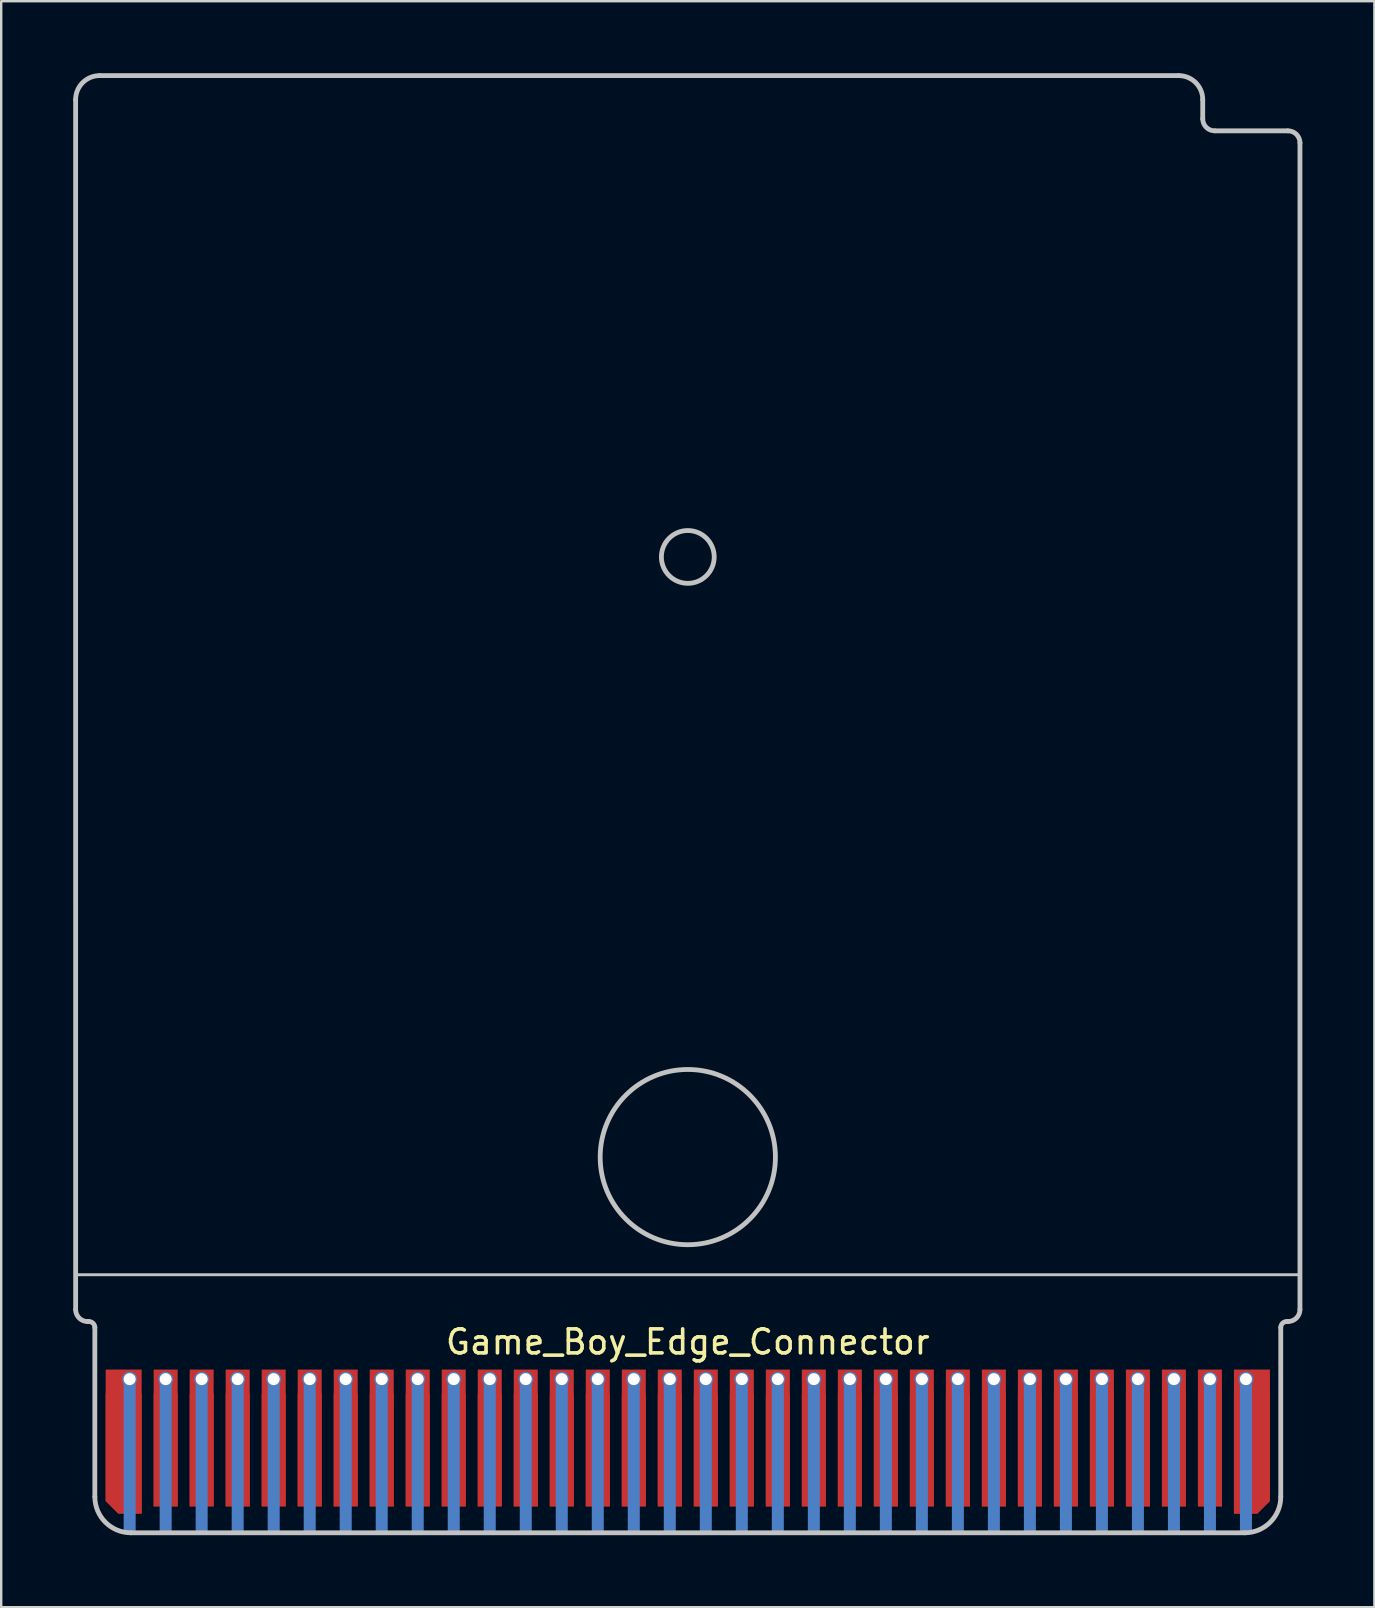
<source format=kicad_pcb>
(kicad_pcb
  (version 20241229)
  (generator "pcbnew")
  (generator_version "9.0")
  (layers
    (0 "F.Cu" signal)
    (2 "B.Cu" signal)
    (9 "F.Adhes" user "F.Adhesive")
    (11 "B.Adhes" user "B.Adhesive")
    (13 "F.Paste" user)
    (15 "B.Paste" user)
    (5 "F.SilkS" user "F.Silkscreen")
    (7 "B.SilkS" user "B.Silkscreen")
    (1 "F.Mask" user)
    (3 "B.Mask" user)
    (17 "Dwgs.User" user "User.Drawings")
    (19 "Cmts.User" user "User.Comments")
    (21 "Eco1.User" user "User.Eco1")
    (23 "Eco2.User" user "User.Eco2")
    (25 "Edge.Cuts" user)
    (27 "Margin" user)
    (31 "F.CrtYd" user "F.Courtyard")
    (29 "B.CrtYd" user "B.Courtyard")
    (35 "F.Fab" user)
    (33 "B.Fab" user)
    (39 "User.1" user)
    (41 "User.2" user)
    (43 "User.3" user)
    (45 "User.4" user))
  (footprint "Game_Boy_Edge_Connector"
    (layer "F.Cu")
    (at 25.601 56.85)
    (property "Reference" "Game_Boy_Edge_Connector" (at 0 -4 0) (unlocked yes) (layer "F.SilkS") (effects (font (size 1 1) (thickness 0.15))))
    (attr smd)
    (fp_rect (start -24.7 -1.85) (end 24.7 3.95) (stroke (width 0) (type solid)) (fill yes) (layer "F.Mask"))
    (fp_rect (start -24.7 3.95) (end -23.8 -1.85) (stroke (width 0.01) (type solid)) (fill yes) (layer "B.Mask"))
    (fp_rect (start -22.7 3.95) (end -22.3 -1.85) (stroke (width 0.01) (type solid)) (fill yes) (layer "B.Mask"))
    (fp_rect (start -21.2 3.95) (end -20.8 -1.85) (stroke (width 0.01) (type solid)) (fill yes) (layer "B.Mask"))
    (fp_rect (start -19.7 3.95) (end -19.3 -1.85) (stroke (width 0.01) (type solid)) (fill yes) (layer "B.Mask"))
    (fp_rect (start -18.2 3.95) (end -17.8 -1.85) (stroke (width 0.01) (type solid)) (fill yes) (layer "B.Mask"))
    (fp_rect (start -16.7 3.95) (end -16.3 -1.85) (stroke (width 0.01) (type solid)) (fill yes) (layer "B.Mask"))
    (fp_rect (start -15.2 3.95) (end -14.8 -1.85) (stroke (width 0.01) (type solid)) (fill yes) (layer "B.Mask"))
    (fp_rect (start -13.7 3.95) (end -13.3 -1.85) (stroke (width 0.01) (type solid)) (fill yes) (layer "B.Mask"))
    (fp_rect (start -12.2 3.95) (end -11.8 -1.85) (stroke (width 0.01) (type solid)) (fill yes) (layer "B.Mask"))
    (fp_rect (start -10.7 3.95) (end -10.3 -1.85) (stroke (width 0.01) (type solid)) (fill yes) (layer "B.Mask"))
    (fp_rect (start -9.2 3.95) (end -8.8 -1.85) (stroke (width 0.01) (type solid)) (fill yes) (layer "B.Mask"))
    (fp_rect (start -7.7 3.95) (end -7.3 -1.85) (stroke (width 0.01) (type solid)) (fill yes) (layer "B.Mask"))
    (fp_rect (start -6.2 3.95) (end -5.8 -1.85) (stroke (width 0.01) (type solid)) (fill yes) (layer "B.Mask"))
    (fp_rect (start -4.7 3.95) (end -4.3 -1.85) (stroke (width 0.01) (type solid)) (fill yes) (layer "B.Mask"))
    (fp_rect (start -3.2 3.95) (end -2.8 -1.85) (stroke (width 0.01) (type solid)) (fill yes) (layer "B.Mask"))
    (fp_rect (start -1.7 3.95) (end -1.3 -1.85) (stroke (width 0.01) (type solid)) (fill yes) (layer "B.Mask"))
    (fp_rect (start -0.2 3.95) (end 0.2 -1.85) (stroke (width 0.01) (type solid)) (fill yes) (layer "B.Mask"))
    (fp_rect (start 1.3 3.95) (end 1.7 -1.85) (stroke (width 0.01) (type solid)) (fill yes) (layer "B.Mask"))
    (fp_rect (start 2.8 3.95) (end 3.2 -1.85) (stroke (width 0.01) (type solid)) (fill yes) (layer "B.Mask"))
    (fp_rect (start 4.3 3.95) (end 4.7 -1.85) (stroke (width 0.01) (type solid)) (fill yes) (layer "B.Mask"))
    (fp_rect (start 5.8 3.95) (end 6.2 -1.85) (stroke (width 0.01) (type solid)) (fill yes) (layer "B.Mask"))
    (fp_rect (start 7.3 3.95) (end 7.7 -1.85) (stroke (width 0.01) (type solid)) (fill yes) (layer "B.Mask"))
    (fp_rect (start 8.8 3.95) (end 9.2 -1.85) (stroke (width 0.01) (type solid)) (fill yes) (layer "B.Mask"))
    (fp_rect (start 10.3 3.95) (end 10.7 -1.85) (stroke (width 0.01) (type solid)) (fill yes) (layer "B.Mask"))
    (fp_rect (start 11.8 3.95) (end 12.2 -1.85) (stroke (width 0.01) (type solid)) (fill yes) (layer "B.Mask"))
    (fp_rect (start 13.3 3.95) (end 13.7 -1.85) (stroke (width 0.01) (type solid)) (fill yes) (layer "B.Mask"))
    (fp_rect (start 14.8 3.95) (end 15.2 -1.85) (stroke (width 0.01) (type solid)) (fill yes) (layer "B.Mask"))
    (fp_rect (start 16.3 3.95) (end 16.7 -1.85) (stroke (width 0.01) (type solid)) (fill yes) (layer "B.Mask"))
    (fp_rect (start 17.8 3.95) (end 18.2 -1.85) (stroke (width 0.01) (type solid)) (fill yes) (layer "B.Mask"))
    (fp_rect (start 19.3 3.95) (end 19.7 -1.85) (stroke (width 0.01) (type solid)) (fill yes) (layer "B.Mask"))
    (fp_rect (start 20.8 3.95) (end 21.2 -1.85) (stroke (width 0.01) (type solid)) (fill yes) (layer "B.Mask"))
    (fp_rect (start 22.3 3.95) (end 22.7 -1.85) (stroke (width 0.01) (type solid)) (fill yes) (layer "B.Mask"))
    (fp_rect (start 24.7 3.95) (end 23.8 -1.85) (stroke (width 0.01) (type solid)) (fill yes) (layer "B.Mask"))
    (fp_line (start -25.501 -55.75) (end -25.5 -5.35) (stroke (width 0.2) (type solid)) (layer "Dwgs.User"))
    (fp_line (start -25.5 -6.8) (end 25.5 -6.8) (stroke (width 0.12) (type solid)) (layer "Dwgs.User"))
    (fp_line (start -24.95 -4.85) (end -25 -4.85) (stroke (width 0.2) (type solid)) (layer "Dwgs.User"))
    (fp_line (start -24.7 2.45) (end -24.7 -4.6) (stroke (width 0.2) (type solid)) (layer "Dwgs.User"))
    (fp_line (start -23.2 3.95) (end 23.2 3.95) (stroke (width 0.2) (type solid)) (layer "Dwgs.User"))
    (fp_line (start 20.45 -56.75) (end -24.501 -56.75) (stroke (width 0.2) (type solid)) (layer "Dwgs.User"))
    (fp_line (start 21.45 -55.75) (end 21.45 -54.95) (stroke (width 0.2) (type solid)) (layer "Dwgs.User"))
    (fp_line (start 24.7 2.45) (end 24.7 -4.6) (stroke (width 0.2) (type solid)) (layer "Dwgs.User"))
    (fp_line (start 25 -54.45) (end 21.95 -54.45) (stroke (width 0.2) (type solid)) (layer "Dwgs.User"))
    (fp_line (start 25 -4.85) (end 24.95 -4.85) (stroke (width 0.2) (type solid)) (layer "Dwgs.User"))
    (fp_line (start 25.5 -5.35) (end 25.5 -53.95) (stroke (width 0.2) (type solid)) (layer "Dwgs.User"))
    (fp_arc (start -25.501 -55.75) (mid -25.208107 -56.457107) (end -24.501 -56.75) (stroke (width 0.2) (type solid)) (layer "Dwgs.User"))
    (fp_arc (start -25 -4.85) (mid -25.353553 -4.996447) (end -25.5 -5.35) (stroke (width 0.2) (type solid)) (layer "Dwgs.User"))
    (fp_arc (start -24.95 -4.85) (mid -24.773223 -4.776777) (end -24.7 -4.6) (stroke (width 0.2) (type solid)) (layer "Dwgs.User"))
    (fp_arc (start -23.199561 3.949559) (mid -24.260349 3.510529) (end -24.699998 2.449998) (stroke (width 0.2) (type solid)) (layer "Dwgs.User"))
    (fp_arc (start 20.45 -56.75) (mid 21.157107 -56.457107) (end 21.45 -55.75) (stroke (width 0.2) (type solid)) (layer "Dwgs.User"))
    (fp_arc (start 21.95 -54.45) (mid 21.596447 -54.596447) (end 21.45 -54.95) (stroke (width 0.2) (type solid)) (layer "Dwgs.User"))
    (fp_arc (start 24.7 -4.6) (mid 24.773223 -4.776777) (end 24.95 -4.85) (stroke (width 0.2) (type solid)) (layer "Dwgs.User"))
    (fp_arc (start 24.700002 2.449998) (mid 24.260972 3.510786) (end 23.200441 3.950435) (stroke (width 0.2) (type solid)) (layer "Dwgs.User"))
    (fp_arc (start 25 -54.45) (mid 25.353553 -54.303553) (end 25.5 -53.95) (stroke (width 0.2) (type solid)) (layer "Dwgs.User"))
    (fp_arc (start 25.5 -5.35) (mid 25.353553 -4.996447) (end 25 -4.85) (stroke (width 0.2) (type solid)) (layer "Dwgs.User"))
    (fp_circle (center 0 -36.7) (end 1.1 -36.7) (stroke (width 0.2) (type solid)) (fill no) (layer "Dwgs.User"))
    (fp_circle (center 0 -11.7) (end 3.65 -11.7) (stroke (width 0.2) (type solid)) (fill no) (layer "Dwgs.User"))
    (pad "1" smd roundrect (at -23.5 0.15) (size 1.5 6) (layers "F.Cu" "F.Paste") (roundrect_rratio 0) (chamfer_ratio 0.35) (chamfer bottom_left))
    (pad "1" smd roundrect (at -23.5 0.65) (size 1.5 5) (layers "F.Cu" "F.Mask") (roundrect_rratio 0) (chamfer_ratio 0.35) (chamfer bottom_left))
    (pad "1" thru_hole circle (at -23.25 -2.45 180) (size 0.55 0.55) (drill 0.5) (layers "*.Cu" "*.Mask"))
    (pad "1" smd circle (at -23.25 -2.45) (size 0.62 0.62) (layers "B.Cu" "B.Paste"))
    (pad "1" smd rect (at -23.25 0.75) (size 0.5 6.4) (layers "B.Cu" "B.Paste"))
    (pad "2" thru_hole circle (at -21.75 -2.45 180) (size 0.55 0.55) (drill 0.5) (layers "*.Cu" "*.Mask"))
    (pad "2" smd circle (at -21.75 -2.45) (size 0.62 0.62) (layers "B.Cu" "B.Paste"))
    (pad "2" smd rect (at -21.75 0 180) (size 1 5.7) (layers "F.Cu" "F.Paste"))
    (pad "2" smd rect (at -21.75 0.5 180) (size 1 4.7) (layers "F.Cu" "F.Mask"))
    (pad "2" smd rect (at -21.75 0.75) (size 0.5 6.4) (layers "B.Cu" "B.Paste"))
    (pad "3" thru_hole circle (at -20.25 -2.45 180) (size 0.55 0.55) (drill 0.5) (layers "*.Cu" "*.Mask"))
    (pad "3" smd circle (at -20.25 -2.45) (size 0.62 0.62) (layers "B.Cu" "B.Paste"))
    (pad "3" smd rect (at -20.25 0 180) (size 1 5.7) (layers "F.Cu" "F.Paste"))
    (pad "3" smd rect (at -20.25 0.5 180) (size 1 4.7) (layers "F.Cu" "F.Mask"))
    (pad "3" smd rect (at -20.25 0.75) (size 0.5 6.4) (layers "B.Cu" "B.Paste"))
    (pad "4" thru_hole circle (at -18.75 -2.45 180) (size 0.55 0.55) (drill 0.5) (layers "*.Cu" "*.Mask"))
    (pad "4" smd circle (at -18.75 -2.45) (size 0.62 0.62) (layers "B.Cu" "B.Paste"))
    (pad "4" smd rect (at -18.75 0 180) (size 1 5.7) (layers "F.Cu" "F.Paste"))
    (pad "4" smd rect (at -18.75 0.5 180) (size 1 4.7) (layers "F.Cu" "F.Mask"))
    (pad "4" smd rect (at -18.75 0.75) (size 0.5 6.4) (layers "B.Cu" "B.Paste"))
    (pad "5" thru_hole circle (at -17.25 -2.45 180) (size 0.55 0.55) (drill 0.5) (layers "*.Cu" "*.Mask"))
    (pad "5" smd circle (at -17.25 -2.45) (size 0.62 0.62) (layers "B.Cu" "B.Paste"))
    (pad "5" smd rect (at -17.25 0 180) (size 1 5.7) (layers "F.Cu" "F.Paste"))
    (pad "5" smd rect (at -17.25 0.5 180) (size 1 4.7) (layers "F.Cu" "F.Mask"))
    (pad "5" smd rect (at -17.25 0.75) (size 0.5 6.4) (layers "B.Cu" "B.Paste"))
    (pad "6" thru_hole circle (at -15.75 -2.45 180) (size 0.55 0.55) (drill 0.5) (layers "*.Cu" "*.Mask"))
    (pad "6" smd circle (at -15.75 -2.45) (size 0.62 0.62) (layers "B.Cu" "B.Paste"))
    (pad "6" smd rect (at -15.75 0 180) (size 1 5.7) (layers "F.Cu" "F.Paste"))
    (pad "6" smd rect (at -15.75 0.5 180) (size 1 4.7) (layers "F.Cu" "F.Mask"))
    (pad "6" smd rect (at -15.75 0.75) (size 0.5 6.4) (layers "B.Cu" "B.Paste"))
    (pad "7" thru_hole circle (at -14.25 -2.45 180) (size 0.55 0.55) (drill 0.5) (layers "*.Cu" "*.Mask"))
    (pad "7" smd circle (at -14.25 -2.45) (size 0.62 0.62) (layers "B.Cu" "B.Paste"))
    (pad "7" smd rect (at -14.25 0 180) (size 1 5.7) (layers "F.Cu" "F.Paste"))
    (pad "7" smd rect (at -14.25 0.5 180) (size 1 4.7) (layers "F.Cu" "F.Mask"))
    (pad "7" smd rect (at -14.25 0.75) (size 0.5 6.4) (layers "B.Cu" "B.Paste"))
    (pad "8" thru_hole circle (at -12.75 -2.45 180) (size 0.55 0.55) (drill 0.5) (layers "*.Cu" "*.Mask"))
    (pad "8" smd circle (at -12.75 -2.45) (size 0.62 0.62) (layers "B.Cu" "B.Paste"))
    (pad "8" smd rect (at -12.75 0 180) (size 1 5.7) (layers "F.Cu" "F.Paste"))
    (pad "8" smd rect (at -12.75 0.5 180) (size 1 4.7) (layers "F.Cu" "F.Mask"))
    (pad "8" smd rect (at -12.75 0.75) (size 0.5 6.4) (layers "B.Cu" "B.Paste"))
    (pad "9" thru_hole circle (at -11.25 -2.45 180) (size 0.55 0.55) (drill 0.5) (layers "*.Cu" "*.Mask"))
    (pad "9" smd circle (at -11.25 -2.45) (size 0.62 0.62) (layers "B.Cu" "B.Paste"))
    (pad "9" smd rect (at -11.25 0 180) (size 1 5.7) (layers "F.Cu" "F.Paste"))
    (pad "9" smd rect (at -11.25 0.5 180) (size 1 4.7) (layers "F.Cu" "F.Mask"))
    (pad "9" smd rect (at -11.25 0.75) (size 0.5 6.4) (layers "B.Cu" "B.Paste"))
    (pad "10" thru_hole circle (at -9.75 -2.45 180) (size 0.55 0.55) (drill 0.5) (layers "*.Cu" "*.Mask"))
    (pad "10" smd circle (at -9.75 -2.45) (size 0.62 0.62) (layers "B.Cu" "B.Paste"))
    (pad "10" smd rect (at -9.75 0 180) (size 1 5.7) (layers "F.Cu" "F.Paste"))
    (pad "10" smd rect (at -9.75 0.5 180) (size 1 4.7) (layers "F.Cu" "F.Mask"))
    (pad "10" smd rect (at -9.75 0.75) (size 0.5 6.4) (layers "B.Cu" "B.Paste"))
    (pad "11" thru_hole circle (at -8.25 -2.45 180) (size 0.55 0.55) (drill 0.5) (layers "*.Cu" "*.Mask"))
    (pad "11" smd circle (at -8.25 -2.45) (size 0.62 0.62) (layers "B.Cu" "B.Paste"))
    (pad "11" smd rect (at -8.25 0 180) (size 1 5.7) (layers "F.Cu" "F.Paste"))
    (pad "11" smd rect (at -8.25 0.5 180) (size 1 4.7) (layers "F.Cu" "F.Mask"))
    (pad "11" smd rect (at -8.25 0.75) (size 0.5 6.4) (layers "B.Cu" "B.Paste"))
    (pad "12" thru_hole circle (at -6.75 -2.45 180) (size 0.55 0.55) (drill 0.5) (layers "*.Cu" "*.Mask"))
    (pad "12" smd circle (at -6.75 -2.45) (size 0.62 0.62) (layers "B.Cu" "B.Paste"))
    (pad "12" smd rect (at -6.75 0 180) (size 1 5.7) (layers "F.Cu" "F.Paste"))
    (pad "12" smd rect (at -6.75 0.5 180) (size 1 4.7) (layers "F.Cu" "F.Mask"))
    (pad "12" smd rect (at -6.75 0.75) (size 0.5 6.4) (layers "B.Cu" "B.Paste"))
    (pad "13" thru_hole circle (at -5.25 -2.45 180) (size 0.55 0.55) (drill 0.5) (layers "*.Cu" "*.Mask"))
    (pad "13" smd circle (at -5.25 -2.45) (size 0.62 0.62) (layers "B.Cu" "B.Paste"))
    (pad "13" smd rect (at -5.25 0 180) (size 1 5.7) (layers "F.Cu" "F.Paste"))
    (pad "13" smd rect (at -5.25 0.5 180) (size 1 4.7) (layers "F.Cu" "F.Mask"))
    (pad "13" smd rect (at -5.25 0.75) (size 0.5 6.4) (layers "B.Cu" "B.Paste"))
    (pad "14" thru_hole circle (at -3.75 -2.45 180) (size 0.55 0.55) (drill 0.5) (layers "*.Cu" "*.Mask"))
    (pad "14" smd circle (at -3.75 -2.45) (size 0.62 0.62) (layers "B.Cu" "B.Paste"))
    (pad "14" smd rect (at -3.75 0 180) (size 1 5.7) (layers "F.Cu" "F.Paste"))
    (pad "14" smd rect (at -3.75 0.5 180) (size 1 4.7) (layers "F.Cu" "F.Mask"))
    (pad "14" smd rect (at -3.75 0.75) (size 0.5 6.4) (layers "B.Cu" "B.Paste"))
    (pad "15" thru_hole circle (at -2.25 -2.45 180) (size 0.55 0.55) (drill 0.5) (layers "*.Cu" "*.Mask"))
    (pad "15" smd circle (at -2.25 -2.45) (size 0.62 0.62) (layers "B.Cu" "B.Paste"))
    (pad "15" smd rect (at -2.25 0 180) (size 1 5.7) (layers "F.Cu" "F.Paste"))
    (pad "15" smd rect (at -2.25 0.5 180) (size 1 4.7) (layers "F.Cu" "F.Mask"))
    (pad "15" smd rect (at -2.25 0.75) (size 0.5 6.4) (layers "B.Cu" "B.Paste"))
    (pad "16" thru_hole circle (at -0.75 -2.45 180) (size 0.55 0.55) (drill 0.5) (layers "*.Cu" "*.Mask"))
    (pad "16" smd circle (at -0.75 -2.45) (size 0.62 0.62) (layers "B.Cu" "B.Paste"))
    (pad "16" smd rect (at -0.75 0) (size 1 5.7) (layers "F.Cu" "F.Paste"))
    (pad "16" smd rect (at -0.75 0.5) (size 1 4.7) (layers "F.Cu" "F.Mask"))
    (pad "16" smd rect (at -0.75 0.75) (size 0.5 6.4) (layers "B.Cu" "B.Paste"))
    (pad "17" thru_hole circle (at 0.75 -2.45 180) (size 0.55 0.55) (drill 0.5) (layers "*.Cu" "*.Mask"))
    (pad "17" smd circle (at 0.75 -2.45) (size 0.62 0.62) (layers "B.Cu" "B.Paste"))
    (pad "17" smd rect (at 0.75 0 180) (size 1 5.7) (layers "F.Cu" "F.Paste"))
    (pad "17" smd rect (at 0.75 0.5 180) (size 1 4.7) (layers "F.Cu" "F.Mask"))
    (pad "17" smd rect (at 0.75 0.75) (size 0.5 6.4) (layers "B.Cu" "B.Paste"))
    (pad "18" thru_hole circle (at 2.25 -2.45 180) (size 0.55 0.55) (drill 0.5) (layers "*.Cu" "*.Mask"))
    (pad "18" smd circle (at 2.25 -2.45) (size 0.62 0.62) (layers "B.Cu" "B.Paste"))
    (pad "18" smd rect (at 2.25 0 180) (size 1 5.7) (layers "F.Cu" "F.Paste"))
    (pad "18" smd rect (at 2.25 0.5 180) (size 1 4.7) (layers "F.Cu" "F.Mask"))
    (pad "18" smd rect (at 2.25 0.75) (size 0.5 6.4) (layers "B.Cu" "B.Paste"))
    (pad "19" thru_hole circle (at 3.75 -2.45 180) (size 0.55 0.55) (drill 0.5) (layers "*.Cu" "*.Mask"))
    (pad "19" smd circle (at 3.75 -2.45) (size 0.62 0.62) (layers "B.Cu" "B.Paste"))
    (pad "19" smd rect (at 3.75 0 180) (size 1 5.7) (layers "F.Cu" "F.Paste"))
    (pad "19" smd rect (at 3.75 0.5 180) (size 1 4.7) (layers "F.Cu" "F.Mask"))
    (pad "19" smd rect (at 3.75 0.75) (size 0.5 6.4) (layers "B.Cu" "B.Paste"))
    (pad "20" thru_hole circle (at 5.25 -2.45 180) (size 0.55 0.55) (drill 0.5) (layers "*.Cu" "*.Mask"))
    (pad "20" smd circle (at 5.25 -2.45) (size 0.62 0.62) (layers "B.Cu" "B.Paste"))
    (pad "20" smd rect (at 5.25 0 180) (size 1 5.7) (layers "F.Cu" "F.Paste"))
    (pad "20" smd rect (at 5.25 0.5 180) (size 1 4.7) (layers "F.Cu" "F.Mask"))
    (pad "20" smd rect (at 5.25 0.75) (size 0.5 6.4) (layers "B.Cu" "B.Paste"))
    (pad "21" thru_hole circle (at 6.75 -2.45 180) (size 0.55 0.55) (drill 0.5) (layers "*.Cu" "*.Mask"))
    (pad "21" smd circle (at 6.75 -2.45) (size 0.62 0.62) (layers "B.Cu" "B.Paste"))
    (pad "21" smd rect (at 6.75 0 180) (size 1 5.7) (layers "F.Cu" "F.Paste"))
    (pad "21" smd rect (at 6.75 0.5 180) (size 1 4.7) (layers "F.Cu" "F.Mask"))
    (pad "21" smd rect (at 6.75 0.75) (size 0.5 6.4) (layers "B.Cu" "B.Paste"))
    (pad "22" thru_hole circle (at 8.25 -2.45 180) (size 0.55 0.55) (drill 0.5) (layers "*.Cu" "*.Mask"))
    (pad "22" smd circle (at 8.25 -2.45) (size 0.62 0.62) (layers "B.Cu" "B.Paste"))
    (pad "22" smd rect (at 8.25 0 180) (size 1 5.7) (layers "F.Cu" "F.Paste"))
    (pad "22" smd rect (at 8.25 0.5 180) (size 1 4.7) (layers "F.Cu" "F.Mask"))
    (pad "22" smd rect (at 8.25 0.75) (size 0.5 6.4) (layers "B.Cu" "B.Paste"))
    (pad "23" thru_hole circle (at 9.75 -2.45 180) (size 0.55 0.55) (drill 0.5) (layers "*.Cu" "*.Mask"))
    (pad "23" smd circle (at 9.75 -2.45) (size 0.62 0.62) (layers "B.Cu" "B.Paste"))
    (pad "23" smd rect (at 9.75 0 180) (size 1 5.7) (layers "F.Cu" "F.Paste"))
    (pad "23" smd rect (at 9.75 0.5 180) (size 1 4.7) (layers "F.Cu" "F.Mask"))
    (pad "23" smd rect (at 9.75 0.75) (size 0.5 6.4) (layers "B.Cu" "B.Paste"))
    (pad "24" thru_hole circle (at 11.25 -2.45 180) (size 0.55 0.55) (drill 0.5) (layers "*.Cu" "*.Mask"))
    (pad "24" smd circle (at 11.25 -2.45) (size 0.62 0.62) (layers "B.Cu" "B.Paste"))
    (pad "24" smd rect (at 11.25 0 180) (size 1 5.7) (layers "F.Cu" "F.Paste"))
    (pad "24" smd rect (at 11.25 0.5 180) (size 1 4.7) (layers "F.Cu" "F.Mask"))
    (pad "24" smd rect (at 11.25 0.75) (size 0.5 6.4) (layers "B.Cu" "B.Paste"))
    (pad "25" thru_hole circle (at 12.75 -2.45 180) (size 0.55 0.55) (drill 0.5) (layers "*.Cu" "*.Mask"))
    (pad "25" smd circle (at 12.75 -2.45) (size 0.62 0.62) (layers "B.Cu" "B.Paste"))
    (pad "25" smd rect (at 12.75 0 180) (size 1 5.7) (layers "F.Cu" "F.Paste"))
    (pad "25" smd rect (at 12.75 0.5 180) (size 1 4.7) (layers "F.Cu" "F.Mask"))
    (pad "25" smd rect (at 12.75 0.75) (size 0.5 6.4) (layers "B.Cu" "B.Paste"))
    (pad "26" thru_hole circle (at 14.25 -2.45 180) (size 0.55 0.55) (drill 0.5) (layers "*.Cu" "*.Mask"))
    (pad "26" smd circle (at 14.25 -2.45) (size 0.62 0.62) (layers "B.Cu" "B.Paste"))
    (pad "26" smd rect (at 14.25 0 180) (size 1 5.7) (layers "F.Cu" "F.Paste"))
    (pad "26" smd rect (at 14.25 0.5 180) (size 1 4.7) (layers "F.Cu" "F.Mask"))
    (pad "26" smd rect (at 14.25 0.75) (size 0.5 6.4) (layers "B.Cu" "B.Paste"))
    (pad "27" thru_hole circle (at 15.75 -2.45 180) (size 0.55 0.55) (drill 0.5) (layers "*.Cu" "*.Mask"))
    (pad "27" smd circle (at 15.75 -2.45) (size 0.62 0.62) (layers "B.Cu" "B.Paste"))
    (pad "27" smd rect (at 15.75 0 180) (size 1 5.7) (layers "F.Cu" "F.Paste"))
    (pad "27" smd rect (at 15.75 0.5 180) (size 1 4.7) (layers "F.Cu" "F.Mask"))
    (pad "27" smd rect (at 15.75 0.75) (size 0.5 6.4) (layers "B.Cu" "B.Paste"))
    (pad "28" thru_hole circle (at 17.25 -2.45 180) (size 0.55 0.55) (drill 0.5) (layers "*.Cu" "*.Mask"))
    (pad "28" smd circle (at 17.25 -2.45) (size 0.62 0.62) (layers "B.Cu" "B.Paste"))
    (pad "28" smd rect (at 17.25 0 180) (size 1 5.7) (layers "F.Cu" "F.Paste"))
    (pad "28" smd rect (at 17.25 0.5 180) (size 1 4.7) (layers "F.Cu" "F.Mask"))
    (pad "28" smd rect (at 17.25 0.75) (size 0.5 6.4) (layers "B.Cu" "B.Paste"))
    (pad "29" thru_hole circle (at 18.75 -2.45 180) (size 0.55 0.55) (drill 0.5) (layers "*.Cu" "*.Mask"))
    (pad "29" smd circle (at 18.75 -2.45) (size 0.62 0.62) (layers "B.Cu" "B.Paste"))
    (pad "29" smd rect (at 18.75 0 180) (size 1 5.7) (layers "F.Cu" "F.Paste"))
    (pad "29" smd rect (at 18.75 0.5 180) (size 1 4.7) (layers "F.Cu" "F.Mask"))
    (pad "29" smd rect (at 18.75 0.75) (size 0.5 6.4) (layers "B.Cu" "B.Paste"))
    (pad "30" thru_hole circle (at 20.25 -2.45 180) (size 0.55 0.55) (drill 0.5) (layers "*.Cu" "*.Mask"))
    (pad "30" smd circle (at 20.25 -2.45) (size 0.62 0.62) (layers "B.Cu" "B.Paste"))
    (pad "30" smd rect (at 20.25 0 180) (size 1 5.7) (layers "F.Cu" "F.Paste"))
    (pad "30" smd rect (at 20.25 0.5 180) (size 1 4.7) (layers "F.Cu" "F.Mask"))
    (pad "30" smd rect (at 20.25 0.75) (size 0.5 6.4) (layers "B.Cu" "B.Paste"))
    (pad "31" thru_hole circle (at 21.75 -2.45 180) (size 0.55 0.55) (drill 0.5) (layers "*.Cu" "*.Mask"))
    (pad "31" smd circle (at 21.75 -2.45) (size 0.62 0.62) (layers "B.Cu" "B.Paste"))
    (pad "31" smd rect (at 21.75 0 180) (size 1 5.7) (layers "F.Cu" "F.Paste"))
    (pad "31" smd rect (at 21.75 0.5 180) (size 1 4.7) (layers "F.Cu" "F.Mask"))
    (pad "31" smd rect (at 21.75 0.75) (size 0.5 6.4) (layers "B.Cu" "B.Paste"))
    (pad "32" thru_hole circle (at 23.25 -2.45 180) (size 0.55 0.55) (drill 0.5) (layers "*.Cu" "*.Mask"))
    (pad "32" smd circle (at 23.25 -2.45) (size 0.62 0.62) (layers "B.Cu" "B.Paste"))
    (pad "32" smd rect (at 23.25 0.75) (size 0.5 6.4) (layers "B.Cu" "B.Paste"))
    (pad "32" smd roundrect (at 23.5 0.15) (size 1.5 6) (layers "F.Cu" "F.Paste") (roundrect_rratio 0) (chamfer_ratio 0.35) (chamfer bottom_right))
    (pad "32" smd roundrect (at 23.5 0.65) (size 1.5 5) (layers "F.Cu" "F.Mask" "F.Paste") (roundrect_rratio 0) (chamfer_ratio 0.35) (chamfer bottom_right)))
  (gr_rect
    (start -3 -3)
    (end 54.201 63.9)
    (stroke (width 0.1) (type default))
    (fill no)
    (layer "Edge.Cuts")))
</source>
